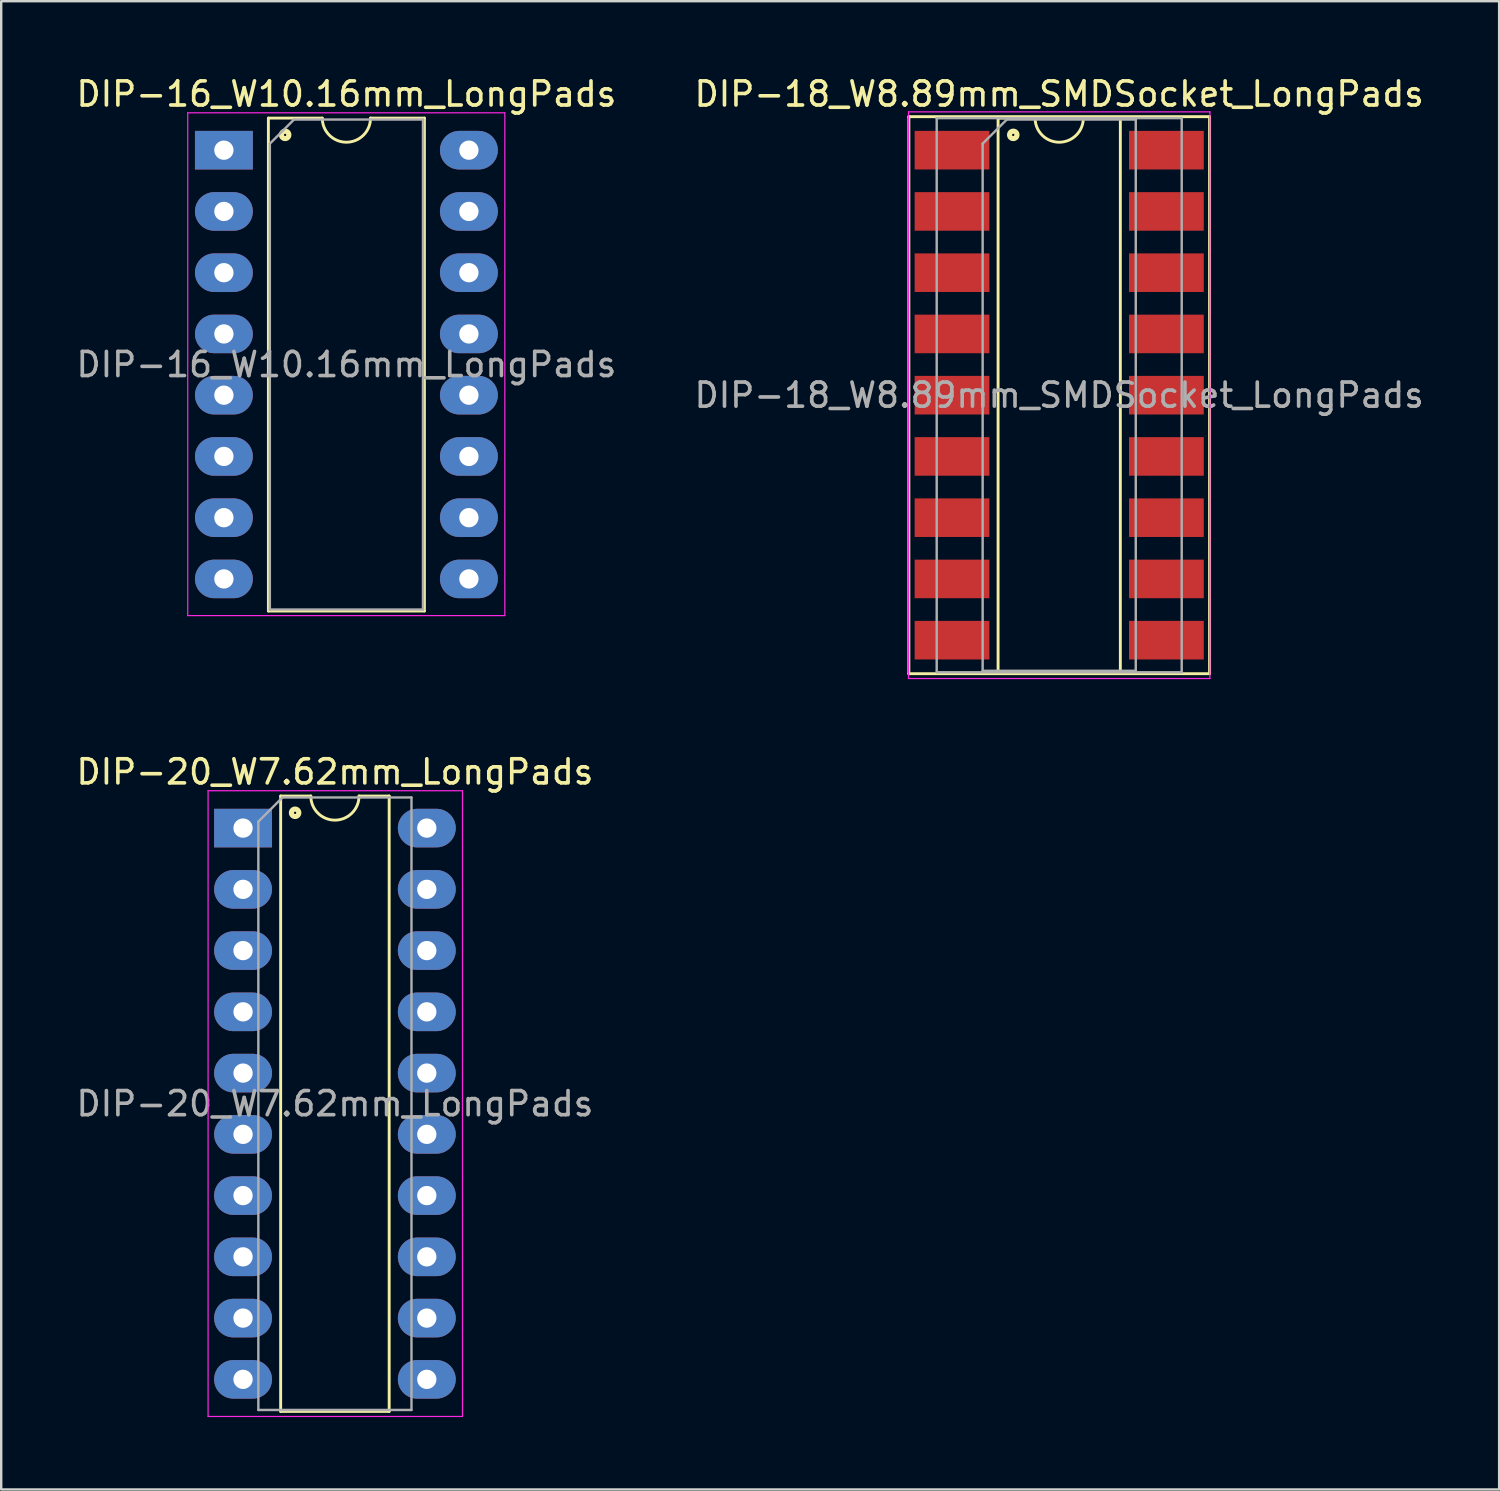
<source format=kicad_pcb>
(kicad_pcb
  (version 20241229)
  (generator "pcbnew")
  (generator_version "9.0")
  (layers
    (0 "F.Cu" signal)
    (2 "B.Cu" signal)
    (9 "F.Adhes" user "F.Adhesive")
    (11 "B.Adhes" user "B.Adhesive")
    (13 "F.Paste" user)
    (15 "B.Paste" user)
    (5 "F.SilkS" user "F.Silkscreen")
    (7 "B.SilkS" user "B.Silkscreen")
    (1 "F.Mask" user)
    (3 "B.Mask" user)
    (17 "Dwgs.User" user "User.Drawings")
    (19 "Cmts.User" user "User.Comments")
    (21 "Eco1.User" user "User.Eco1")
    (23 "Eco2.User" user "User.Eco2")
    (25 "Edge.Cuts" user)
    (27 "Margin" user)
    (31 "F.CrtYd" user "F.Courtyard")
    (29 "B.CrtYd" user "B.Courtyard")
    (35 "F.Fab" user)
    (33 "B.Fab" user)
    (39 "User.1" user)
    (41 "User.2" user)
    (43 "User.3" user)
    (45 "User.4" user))
  (footprint "DIP-18_W8.89mm_SMDSocket_LongPads"
    (layer "F.Cu")
    (at 40.875 13.338)
    (property "Reference" "DIP-18_W8.89mm_SMDSocket_LongPads" (at 0 -12.49 0) (layer "F.SilkS") (effects (font (size 1 1) (thickness 0.15))))
    (attr smd)
    (fp_line (start -6.235 -11.55) (end -6.235 11.55) (stroke (width 0.12) (type solid)) (layer "F.SilkS"))
    (fp_line (start -6.235 11.55) (end 6.235 11.55) (stroke (width 0.12) (type solid)) (layer "F.SilkS"))
    (fp_line (start -2.535 -11.49) (end -2.535 11.49) (stroke (width 0.12) (type solid)) (layer "F.SilkS"))
    (fp_line (start -2.535 11.49) (end 2.535 11.49) (stroke (width 0.12) (type solid)) (layer "F.SilkS"))
    (fp_line (start -1 -11.49) (end -2.535 -11.49) (stroke (width 0.12) (type solid)) (layer "F.SilkS"))
    (fp_line (start 2.535 -11.49) (end 1 -11.49) (stroke (width 0.12) (type solid)) (layer "F.SilkS"))
    (fp_line (start 2.535 11.49) (end 2.535 -11.49) (stroke (width 0.12) (type solid)) (layer "F.SilkS"))
    (fp_line (start 6.235 -11.55) (end -6.235 -11.55) (stroke (width 0.12) (type solid)) (layer "F.SilkS"))
    (fp_line (start 6.235 11.55) (end 6.235 -11.55) (stroke (width 0.12) (type solid)) (layer "F.SilkS"))
    (fp_arc (start 1 -11.49) (mid 0 -10.49) (end -1 -11.49) (stroke (width 0.12) (type solid)) (layer "F.SilkS"))
    (fp_circle (center -1.905 -10.795) (end -1.855 -10.795) (stroke (width 0.12) (type solid)) (fill no) (layer "F.SilkS"))
    (fp_circle (center -1.905 -10.795) (end -1.78 -10.795) (stroke (width 0.12) (type solid)) (fill no) (layer "F.SilkS"))
    (fp_circle (center -1.905 -10.795) (end -1.705 -10.795) (stroke (width 0.12) (type solid)) (fill no) (layer "F.SilkS"))
    (fp_line (start -6.25 -11.75) (end -6.25 11.75) (stroke (width 0.05) (type solid)) (layer "F.CrtYd"))
    (fp_line (start -6.25 11.75) (end 6.25 11.75) (stroke (width 0.05) (type solid)) (layer "F.CrtYd"))
    (fp_line (start 6.25 -11.75) (end -6.25 -11.75) (stroke (width 0.05) (type solid)) (layer "F.CrtYd"))
    (fp_line (start 6.25 11.75) (end 6.25 -11.75) (stroke (width 0.05) (type solid)) (layer "F.CrtYd"))
    (fp_line (start -5.08 -11.49) (end -5.08 11.49) (stroke (width 0.1) (type solid)) (layer "F.Fab"))
    (fp_line (start -5.08 11.49) (end 5.08 11.49) (stroke (width 0.1) (type solid)) (layer "F.Fab"))
    (fp_line (start -3.175 -10.43) (end -2.175 -11.43) (stroke (width 0.1) (type solid)) (layer "F.Fab"))
    (fp_line (start -3.175 11.43) (end -3.175 -10.43) (stroke (width 0.1) (type solid)) (layer "F.Fab"))
    (fp_line (start -2.175 -11.43) (end 3.175 -11.43) (stroke (width 0.1) (type solid)) (layer "F.Fab"))
    (fp_line (start 3.175 -11.43) (end 3.175 11.43) (stroke (width 0.1) (type solid)) (layer "F.Fab"))
    (fp_line (start 3.175 11.43) (end -3.175 11.43) (stroke (width 0.1) (type solid)) (layer "F.Fab"))
    (fp_line (start 5.08 -11.49) (end -5.08 -11.49) (stroke (width 0.1) (type solid)) (layer "F.Fab"))
    (fp_line (start 5.08 11.49) (end 5.08 -11.49) (stroke (width 0.1) (type solid)) (layer "F.Fab"))
    (fp_text user "${REFERENCE}" (at 0 0 0) (layer "F.Fab") (effects (font (size 1 1) (thickness 0.15))))
    (pad "1" smd rect (at -4.445 -10.16) (size 3.1 1.6) (layers "F.Cu" "F.Mask" "F.Paste"))
    (pad "2" smd rect (at -4.445 -7.62) (size 3.1 1.6) (layers "F.Cu" "F.Mask" "F.Paste"))
    (pad "3" smd rect (at -4.445 -5.08) (size 3.1 1.6) (layers "F.Cu" "F.Mask" "F.Paste"))
    (pad "4" smd rect (at -4.445 -2.54) (size 3.1 1.6) (layers "F.Cu" "F.Mask" "F.Paste"))
    (pad "5" smd rect (at -4.445 0) (size 3.1 1.6) (layers "F.Cu" "F.Mask" "F.Paste"))
    (pad "6" smd rect (at -4.445 2.54) (size 3.1 1.6) (layers "F.Cu" "F.Mask" "F.Paste"))
    (pad "7" smd rect (at -4.445 5.08) (size 3.1 1.6) (layers "F.Cu" "F.Mask" "F.Paste"))
    (pad "8" smd rect (at -4.445 7.62) (size 3.1 1.6) (layers "F.Cu" "F.Mask" "F.Paste"))
    (pad "9" smd rect (at -4.445 10.16) (size 3.1 1.6) (layers "F.Cu" "F.Mask" "F.Paste"))
    (pad "10" smd rect (at 4.445 10.16) (size 3.1 1.6) (layers "F.Cu" "F.Mask" "F.Paste"))
    (pad "11" smd rect (at 4.445 7.62) (size 3.1 1.6) (layers "F.Cu" "F.Mask" "F.Paste"))
    (pad "12" smd rect (at 4.445 5.08) (size 3.1 1.6) (layers "F.Cu" "F.Mask" "F.Paste"))
    (pad "13" smd rect (at 4.445 2.54) (size 3.1 1.6) (layers "F.Cu" "F.Mask" "F.Paste"))
    (pad "14" smd rect (at 4.445 0) (size 3.1 1.6) (layers "F.Cu" "F.Mask" "F.Paste"))
    (pad "15" smd rect (at 4.445 -2.54) (size 3.1 1.6) (layers "F.Cu" "F.Mask" "F.Paste"))
    (pad "16" smd rect (at 4.445 -5.08) (size 3.1 1.6) (layers "F.Cu" "F.Mask" "F.Paste"))
    (pad "17" smd rect (at 4.445 -7.62) (size 3.1 1.6) (layers "F.Cu" "F.Mask" "F.Paste"))
    (pad "18" smd rect (at 4.445 -10.16) (size 3.1 1.6) (layers "F.Cu" "F.Mask" "F.Paste")))
  (footprint "DIP-20_W7.62mm_LongPads"
    (layer "F.Cu")
    (at 7.029 31.291)
    (property "Reference" "DIP-20_W7.62mm_LongPads" (at 3.81 -2.33 0) (layer "F.SilkS") (effects (font (size 1 1) (thickness 0.15))))
    (attr through_hole)
    (fp_line (start 1.56 -1.33) (end 1.56 24.19) (stroke (width 0.12) (type solid)) (layer "F.SilkS"))
    (fp_line (start 1.56 24.19) (end 6.06 24.19) (stroke (width 0.12) (type solid)) (layer "F.SilkS"))
    (fp_line (start 2.81 -1.33) (end 1.56 -1.33) (stroke (width 0.12) (type solid)) (layer "F.SilkS"))
    (fp_line (start 6.06 -1.33) (end 4.81 -1.33) (stroke (width 0.12) (type solid)) (layer "F.SilkS"))
    (fp_line (start 6.06 24.19) (end 6.06 -1.33) (stroke (width 0.12) (type solid)) (layer "F.SilkS"))
    (fp_arc (start 4.81 -1.33) (mid 3.81 -0.33) (end 2.81 -1.33) (stroke (width 0.12) (type solid)) (layer "F.SilkS"))
    (fp_circle (center 2.159 -0.635) (end 2.209 -0.635) (stroke (width 0.12) (type solid)) (fill no) (layer "F.SilkS"))
    (fp_circle (center 2.159 -0.635) (end 2.284 -0.635) (stroke (width 0.12) (type solid)) (fill no) (layer "F.SilkS"))
    (fp_circle (center 2.159 -0.635) (end 2.359 -0.635) (stroke (width 0.12) (type solid)) (fill no) (layer "F.SilkS"))
    (fp_line (start -1.45 -1.55) (end -1.45 24.4) (stroke (width 0.05) (type solid)) (layer "F.CrtYd"))
    (fp_line (start -1.45 24.4) (end 9.1 24.4) (stroke (width 0.05) (type solid)) (layer "F.CrtYd"))
    (fp_line (start 9.1 -1.55) (end -1.45 -1.55) (stroke (width 0.05) (type solid)) (layer "F.CrtYd"))
    (fp_line (start 9.1 24.4) (end 9.1 -1.55) (stroke (width 0.05) (type solid)) (layer "F.CrtYd"))
    (fp_line (start 0.635 -0.27) (end 1.635 -1.27) (stroke (width 0.1) (type solid)) (layer "F.Fab"))
    (fp_line (start 0.635 24.13) (end 0.635 -0.27) (stroke (width 0.1) (type solid)) (layer "F.Fab"))
    (fp_line (start 1.635 -1.27) (end 6.985 -1.27) (stroke (width 0.1) (type solid)) (layer "F.Fab"))
    (fp_line (start 6.985 -1.27) (end 6.985 24.13) (stroke (width 0.1) (type solid)) (layer "F.Fab"))
    (fp_line (start 6.985 24.13) (end 0.635 24.13) (stroke (width 0.1) (type solid)) (layer "F.Fab"))
    (fp_text user "${REFERENCE}" (at 3.81 11.43 0) (layer "F.Fab") (effects (font (size 1 1) (thickness 0.15))))
    (pad "1" thru_hole rect (at 0 0) (size 2.4 1.6) (drill 0.8) (layers "*.Cu" "*.Mask"))
    (pad "2" thru_hole oval (at 0 2.54) (size 2.4 1.6) (drill 0.8) (layers "*.Cu" "*.Mask"))
    (pad "3" thru_hole oval (at 0 5.08) (size 2.4 1.6) (drill 0.8) (layers "*.Cu" "*.Mask"))
    (pad "4" thru_hole oval (at 0 7.62) (size 2.4 1.6) (drill 0.8) (layers "*.Cu" "*.Mask"))
    (pad "5" thru_hole oval (at 0 10.16) (size 2.4 1.6) (drill 0.8) (layers "*.Cu" "*.Mask"))
    (pad "6" thru_hole oval (at 0 12.7) (size 2.4 1.6) (drill 0.8) (layers "*.Cu" "*.Mask"))
    (pad "7" thru_hole oval (at 0 15.24) (size 2.4 1.6) (drill 0.8) (layers "*.Cu" "*.Mask"))
    (pad "8" thru_hole oval (at 0 17.78) (size 2.4 1.6) (drill 0.8) (layers "*.Cu" "*.Mask"))
    (pad "9" thru_hole oval (at 0 20.32) (size 2.4 1.6) (drill 0.8) (layers "*.Cu" "*.Mask"))
    (pad "10" thru_hole oval (at 0 22.86) (size 2.4 1.6) (drill 0.8) (layers "*.Cu" "*.Mask"))
    (pad "11" thru_hole oval (at 7.62 22.86) (size 2.4 1.6) (drill 0.8) (layers "*.Cu" "*.Mask"))
    (pad "12" thru_hole oval (at 7.62 20.32) (size 2.4 1.6) (drill 0.8) (layers "*.Cu" "*.Mask"))
    (pad "13" thru_hole oval (at 7.62 17.78) (size 2.4 1.6) (drill 0.8) (layers "*.Cu" "*.Mask"))
    (pad "14" thru_hole oval (at 7.62 15.24) (size 2.4 1.6) (drill 0.8) (layers "*.Cu" "*.Mask"))
    (pad "15" thru_hole oval (at 7.62 12.7) (size 2.4 1.6) (drill 0.8) (layers "*.Cu" "*.Mask"))
    (pad "16" thru_hole oval (at 7.62 10.16) (size 2.4 1.6) (drill 0.8) (layers "*.Cu" "*.Mask"))
    (pad "17" thru_hole oval (at 7.62 7.62) (size 2.4 1.6) (drill 0.8) (layers "*.Cu" "*.Mask"))
    (pad "18" thru_hole oval (at 7.62 5.08) (size 2.4 1.6) (drill 0.8) (layers "*.Cu" "*.Mask"))
    (pad "19" thru_hole oval (at 7.62 2.54) (size 2.4 1.6) (drill 0.8) (layers "*.Cu" "*.Mask"))
    (pad "20" thru_hole oval (at 7.62 0) (size 2.4 1.6) (drill 0.8) (layers "*.Cu" "*.Mask")))
  (footprint "DIP-16_W10.16mm_LongPads"
    (layer "F.Cu")
    (at 6.235 3.178)
    (property "Reference" "DIP-16_W10.16mm_LongPads" (at 5.08 -2.33 0) (layer "F.SilkS") (effects (font (size 1 1) (thickness 0.15))))
    (attr through_hole)
    (fp_line (start 1.845 -1.33) (end 1.845 19.11) (stroke (width 0.12) (type solid)) (layer "F.SilkS"))
    (fp_line (start 1.845 19.11) (end 8.315 19.11) (stroke (width 0.12) (type solid)) (layer "F.SilkS"))
    (fp_line (start 4.08 -1.33) (end 1.845 -1.33) (stroke (width 0.12) (type solid)) (layer "F.SilkS"))
    (fp_line (start 8.315 -1.33) (end 6.08 -1.33) (stroke (width 0.12) (type solid)) (layer "F.SilkS"))
    (fp_line (start 8.315 19.11) (end 8.315 -1.33) (stroke (width 0.12) (type solid)) (layer "F.SilkS"))
    (fp_arc (start 6.08 -1.33) (mid 5.08 -0.33) (end 4.08 -1.33) (stroke (width 0.12) (type solid)) (layer "F.SilkS"))
    (fp_circle (center 2.54 -0.635) (end 2.59 -0.635) (stroke (width 0.12) (type solid)) (fill no) (layer "F.SilkS"))
    (fp_circle (center 2.54 -0.635) (end 2.665 -0.635) (stroke (width 0.12) (type solid)) (fill no) (layer "F.SilkS"))
    (fp_circle (center 2.54 -0.635) (end 2.74 -0.635) (stroke (width 0.12) (type solid)) (fill no) (layer "F.SilkS"))
    (fp_line (start -1.5 -1.55) (end -1.5 19.3) (stroke (width 0.05) (type solid)) (layer "F.CrtYd"))
    (fp_line (start -1.5 19.3) (end 11.65 19.3) (stroke (width 0.05) (type solid)) (layer "F.CrtYd"))
    (fp_line (start 11.65 -1.55) (end -1.5 -1.55) (stroke (width 0.05) (type solid)) (layer "F.CrtYd"))
    (fp_line (start 11.65 19.3) (end 11.65 -1.55) (stroke (width 0.05) (type solid)) (layer "F.CrtYd"))
    (fp_line (start 1.905 -0.27) (end 2.905 -1.27) (stroke (width 0.1) (type solid)) (layer "F.Fab"))
    (fp_line (start 1.905 19.05) (end 1.905 -0.27) (stroke (width 0.1) (type solid)) (layer "F.Fab"))
    (fp_line (start 2.905 -1.27) (end 8.255 -1.27) (stroke (width 0.1) (type solid)) (layer "F.Fab"))
    (fp_line (start 8.255 -1.27) (end 8.255 19.05) (stroke (width 0.1) (type solid)) (layer "F.Fab"))
    (fp_line (start 8.255 19.05) (end 1.905 19.05) (stroke (width 0.1) (type solid)) (layer "F.Fab"))
    (fp_text user "${REFERENCE}" (at 5.08 8.89 0) (layer "F.Fab") (effects (font (size 1 1) (thickness 0.15))))
    (pad "1" thru_hole rect (at 0 0) (size 2.4 1.6) (drill 0.8) (layers "*.Cu" "*.Mask"))
    (pad "2" thru_hole oval (at 0 2.54) (size 2.4 1.6) (drill 0.8) (layers "*.Cu" "*.Mask"))
    (pad "3" thru_hole oval (at 0 5.08) (size 2.4 1.6) (drill 0.8) (layers "*.Cu" "*.Mask"))
    (pad "4" thru_hole oval (at 0 7.62) (size 2.4 1.6) (drill 0.8) (layers "*.Cu" "*.Mask"))
    (pad "5" thru_hole oval (at 0 10.16) (size 2.4 1.6) (drill 0.8) (layers "*.Cu" "*.Mask"))
    (pad "6" thru_hole oval (at 0 12.7) (size 2.4 1.6) (drill 0.8) (layers "*.Cu" "*.Mask"))
    (pad "7" thru_hole oval (at 0 15.24) (size 2.4 1.6) (drill 0.8) (layers "*.Cu" "*.Mask"))
    (pad "8" thru_hole oval (at 0 17.78) (size 2.4 1.6) (drill 0.8) (layers "*.Cu" "*.Mask"))
    (pad "9" thru_hole oval (at 10.16 17.78) (size 2.4 1.6) (drill 0.8) (layers "*.Cu" "*.Mask"))
    (pad "10" thru_hole oval (at 10.16 15.24) (size 2.4 1.6) (drill 0.8) (layers "*.Cu" "*.Mask"))
    (pad "11" thru_hole oval (at 10.16 12.7) (size 2.4 1.6) (drill 0.8) (layers "*.Cu" "*.Mask"))
    (pad "12" thru_hole oval (at 10.16 10.16) (size 2.4 1.6) (drill 0.8) (layers "*.Cu" "*.Mask"))
    (pad "13" thru_hole oval (at 10.16 7.62) (size 2.4 1.6) (drill 0.8) (layers "*.Cu" "*.Mask"))
    (pad "14" thru_hole oval (at 10.16 5.08) (size 2.4 1.6) (drill 0.8) (layers "*.Cu" "*.Mask"))
    (pad "15" thru_hole oval (at 10.16 2.54) (size 2.4 1.6) (drill 0.8) (layers "*.Cu" "*.Mask"))
    (pad "16" thru_hole oval (at 10.16 0) (size 2.4 1.6) (drill 0.8) (layers "*.Cu" "*.Mask")))
  (gr_rect
    (start -3 -3)
    (end 59.119 58.717)
    (stroke (width 0.1) (type default))
    (fill no)
    (layer "Edge.Cuts")))
</source>
